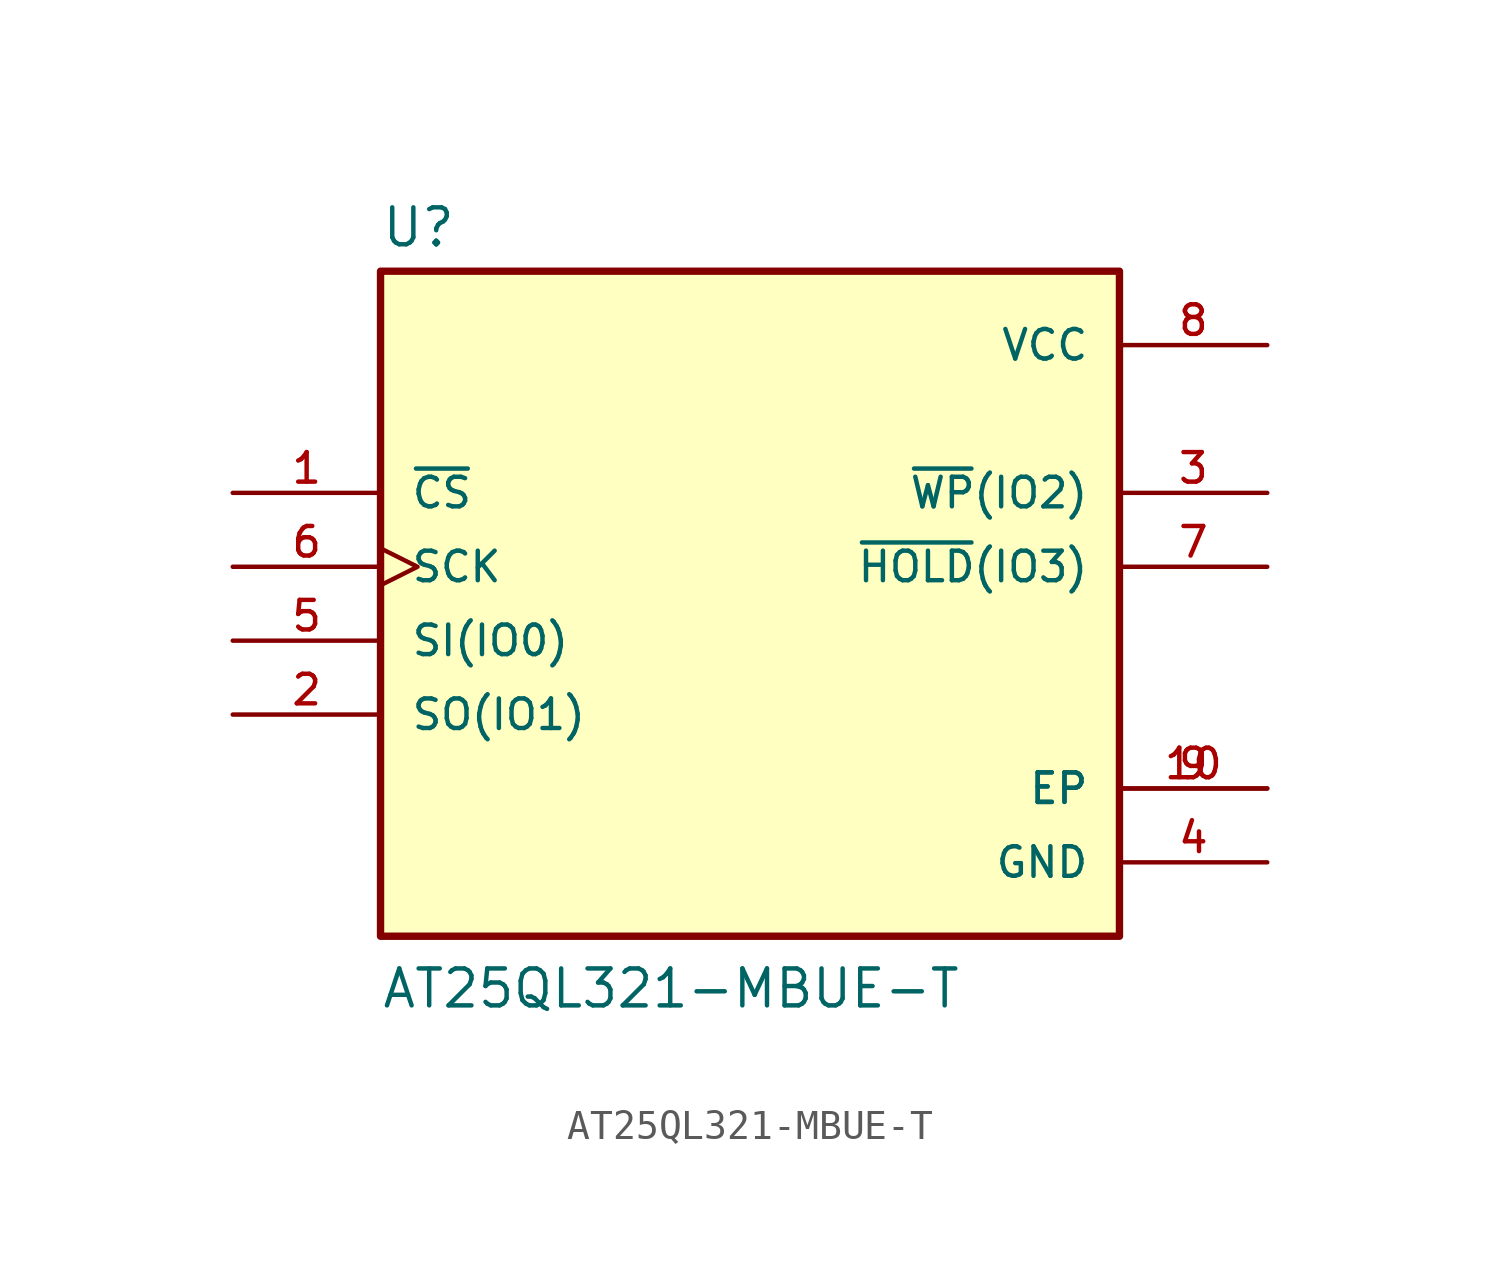
<source format=kicad_sym>
(kicad_symbol_lib
  (version 20211014)
  (generator kicad_symbol_editor)
  (symbol "AT25QL321-MBUE-T"
    (pin_names
      (offset 1.016))
    (property "Reference" "U"
      (at -12.7 13.462 0)
      (effects (font (size 1.27 1.27)) (justify bottom left)))
    (property "Value" "AT25QL321-MBUE-T"
      (at -12.7 -12.7 0)
      (effects (font (size 1.27 1.27)) (justify bottom left)))
    (symbol "AT25QL321-MBUE-T_0_0"
      (rectangle (start -12.7 -10.16) (end 12.7 12.7) (stroke (width 0.254)) (fill (type background)))
      (pin input line (at -17.78 5.08 0) (length 5.08) (name "~{CS}" (effects (font (size 1.016 1.016)))) (number "1" (effects (font (size 1.016 1.016)))))
      (pin bidirectional line (at -17.78 -2.54 0) (length 5.08) (name "SO(IO1)" (effects (font (size 1.016 1.016)))) (number "2" (effects (font (size 1.016 1.016)))))
      (pin bidirectional line (at 17.78 5.08 180.0) (length 5.08) (name "~{WP}(IO2)" (effects (font (size 1.016 1.016)))) (number "3" (effects (font (size 1.016 1.016)))))
      (pin power_in line (at 17.78 -7.62 180.0) (length 5.08) (name "GND" (effects (font (size 1.016 1.016)))) (number "4" (effects (font (size 1.016 1.016)))))
      (pin power_in line (at 17.78 10.16 180.0) (length 5.08) (name "VCC" (effects (font (size 1.016 1.016)))) (number "8" (effects (font (size 1.016 1.016)))))
      (pin bidirectional line (at 17.78 2.54 180.0) (length 5.08) (name "~{HOLD}(IO3)" (effects (font (size 1.016 1.016)))) (number "7" (effects (font (size 1.016 1.016)))))
      (pin input clock (at -17.78 2.54 0) (length 5.08) (name "SCK" (effects (font (size 1.016 1.016)))) (number "6" (effects (font (size 1.016 1.016)))))
      (pin bidirectional line (at -17.78 0.0 0) (length 5.08) (name "SI(IO0)" (effects (font (size 1.016 1.016)))) (number "5" (effects (font (size 1.016 1.016)))))
      (pin passive line (at 17.78 -5.08 180.0) (length 5.08) (name "EP" (effects (font (size 1.016 1.016)))) (number "9" (effects (font (size 1.016 1.016)))))
      (pin passive line (at 17.78 -5.08 180.0) (length 5.08) (name "EP" (effects (font (size 1.016 1.016)))) (number "10" (effects (font (size 1.016 1.016))))))))
</source>
